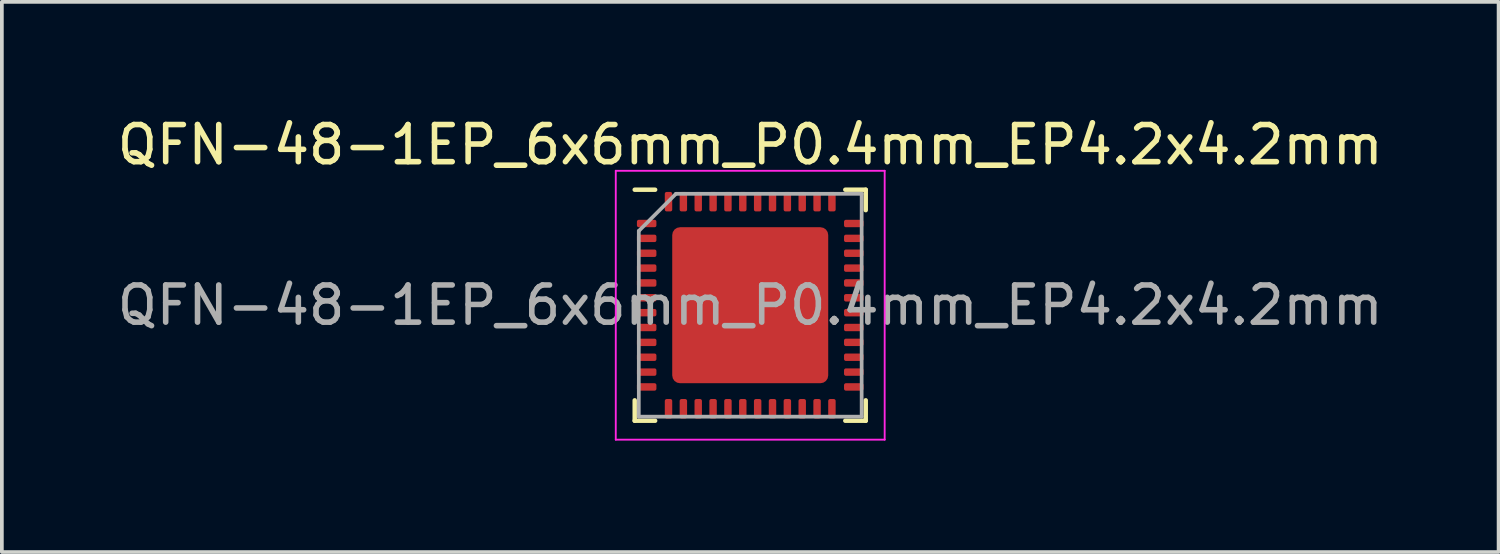
<source format=kicad_pcb>
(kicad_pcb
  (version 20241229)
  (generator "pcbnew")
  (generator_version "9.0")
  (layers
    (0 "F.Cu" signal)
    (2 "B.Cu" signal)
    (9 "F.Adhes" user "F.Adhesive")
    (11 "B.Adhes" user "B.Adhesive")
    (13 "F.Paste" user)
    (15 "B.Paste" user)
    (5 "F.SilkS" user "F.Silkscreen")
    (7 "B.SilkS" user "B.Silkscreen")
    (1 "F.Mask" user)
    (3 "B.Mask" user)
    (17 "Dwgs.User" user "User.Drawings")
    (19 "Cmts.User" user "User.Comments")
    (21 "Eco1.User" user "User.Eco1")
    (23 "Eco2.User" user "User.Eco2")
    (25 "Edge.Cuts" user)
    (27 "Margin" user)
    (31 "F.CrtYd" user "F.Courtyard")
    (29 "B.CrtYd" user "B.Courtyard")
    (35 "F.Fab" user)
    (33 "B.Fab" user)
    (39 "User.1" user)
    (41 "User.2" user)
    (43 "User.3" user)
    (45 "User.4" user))
  (footprint "QFN-48-1EP_6x6mm_P0.4mm_EP4.2x4.2mm"
    (layer "F.Cu")
    (at 17.149 5.168)
    (property "Reference" "QFN-48-1EP_6x6mm_P0.4mm_EP4.2x4.2mm" (at 0 -4.32 0) (layer "F.SilkS") (effects (font (size 1 1) (thickness 0.15))))
    (attr smd)
    (fp_line (start -3.11 3.11) (end -3.11 2.56) (stroke (width 0.12) (type solid)) (layer "F.SilkS"))
    (fp_line (start -2.56 -3.11) (end -3.11 -3.11) (stroke (width 0.12) (type solid)) (layer "F.SilkS"))
    (fp_line (start -2.56 3.11) (end -3.11 3.11) (stroke (width 0.12) (type solid)) (layer "F.SilkS"))
    (fp_line (start 2.56 -3.11) (end 3.11 -3.11) (stroke (width 0.12) (type solid)) (layer "F.SilkS"))
    (fp_line (start 2.56 3.11) (end 3.11 3.11) (stroke (width 0.12) (type solid)) (layer "F.SilkS"))
    (fp_line (start 3.11 -3.11) (end 3.11 -2.56) (stroke (width 0.12) (type solid)) (layer "F.SilkS"))
    (fp_line (start 3.11 3.11) (end 3.11 2.56) (stroke (width 0.12) (type solid)) (layer "F.SilkS"))
    (fp_line (start -3.62 -3.62) (end -3.62 3.62) (stroke (width 0.05) (type solid)) (layer "F.CrtYd"))
    (fp_line (start -3.62 3.62) (end 3.62 3.62) (stroke (width 0.05) (type solid)) (layer "F.CrtYd"))
    (fp_line (start 3.62 -3.62) (end -3.62 -3.62) (stroke (width 0.05) (type solid)) (layer "F.CrtYd"))
    (fp_line (start 3.62 3.62) (end 3.62 -3.62) (stroke (width 0.05) (type solid)) (layer "F.CrtYd"))
    (fp_line (start -3 -2) (end -2 -3) (stroke (width 0.1) (type solid)) (layer "F.Fab"))
    (fp_line (start -3 3) (end -3 -2) (stroke (width 0.1) (type solid)) (layer "F.Fab"))
    (fp_line (start -2 -3) (end 3 -3) (stroke (width 0.1) (type solid)) (layer "F.Fab"))
    (fp_line (start 3 -3) (end 3 3) (stroke (width 0.1) (type solid)) (layer "F.Fab"))
    (fp_line (start 3 3) (end -3 3) (stroke (width 0.1) (type solid)) (layer "F.Fab"))
    (fp_text user "${REFERENCE}" (at 0 0 0) (layer "F.Fab") (effects (font (size 1 1) (thickness 0.15))))
    (pad "" smd roundrect (at -1.4 -1.4) (size 1.13 1.13) (layers "F.Paste") (roundrect_rratio 0.221))
    (pad "" smd roundrect (at -1.4 0) (size 1.13 1.13) (layers "F.Paste") (roundrect_rratio 0.221))
    (pad "" smd roundrect (at -1.4 1.4) (size 1.13 1.13) (layers "F.Paste") (roundrect_rratio 0.221))
    (pad "" smd roundrect (at 0 -1.4) (size 1.13 1.13) (layers "F.Paste") (roundrect_rratio 0.221))
    (pad "" smd roundrect (at 0 0) (size 1.13 1.13) (layers "F.Paste") (roundrect_rratio 0.221))
    (pad "" smd roundrect (at 0 1.4) (size 1.13 1.13) (layers "F.Paste") (roundrect_rratio 0.221))
    (pad "" smd roundrect (at 1.4 -1.4) (size 1.13 1.13) (layers "F.Paste") (roundrect_rratio 0.221))
    (pad "" smd roundrect (at 1.4 0) (size 1.13 1.13) (layers "F.Paste") (roundrect_rratio 0.221))
    (pad "" smd roundrect (at 1.4 1.4) (size 1.13 1.13) (layers "F.Paste") (roundrect_rratio 0.221))
    (pad "1" smd roundrect (at -2.788 -2.2) (size 0.525 0.2) (layers "F.Cu" "F.Mask" "F.Paste") (roundrect_rratio 0.25))
    (pad "2" smd roundrect (at -2.788 -1.8) (size 0.525 0.2) (layers "F.Cu" "F.Mask" "F.Paste") (roundrect_rratio 0.25))
    (pad "3" smd roundrect (at -2.788 -1.4) (size 0.525 0.2) (layers "F.Cu" "F.Mask" "F.Paste") (roundrect_rratio 0.25))
    (pad "4" smd roundrect (at -2.788 -1) (size 0.525 0.2) (layers "F.Cu" "F.Mask" "F.Paste") (roundrect_rratio 0.25))
    (pad "5" smd roundrect (at -2.788 -0.6) (size 0.525 0.2) (layers "F.Cu" "F.Mask" "F.Paste") (roundrect_rratio 0.25))
    (pad "6" smd roundrect (at -2.788 -0.2) (size 0.525 0.2) (layers "F.Cu" "F.Mask" "F.Paste") (roundrect_rratio 0.25))
    (pad "7" smd roundrect (at -2.788 0.2) (size 0.525 0.2) (layers "F.Cu" "F.Mask" "F.Paste") (roundrect_rratio 0.25))
    (pad "8" smd roundrect (at -2.788 0.6) (size 0.525 0.2) (layers "F.Cu" "F.Mask" "F.Paste") (roundrect_rratio 0.25))
    (pad "9" smd roundrect (at -2.788 1) (size 0.525 0.2) (layers "F.Cu" "F.Mask" "F.Paste") (roundrect_rratio 0.25))
    (pad "10" smd roundrect (at -2.788 1.4) (size 0.525 0.2) (layers "F.Cu" "F.Mask" "F.Paste") (roundrect_rratio 0.25))
    (pad "11" smd roundrect (at -2.788 1.8) (size 0.525 0.2) (layers "F.Cu" "F.Mask" "F.Paste") (roundrect_rratio 0.25))
    (pad "12" smd roundrect (at -2.788 2.2) (size 0.525 0.2) (layers "F.Cu" "F.Mask" "F.Paste") (roundrect_rratio 0.25))
    (pad "13" smd roundrect (at -2.2 2.788) (size 0.2 0.525) (layers "F.Cu" "F.Mask" "F.Paste") (roundrect_rratio 0.25))
    (pad "14" smd roundrect (at -1.8 2.788) (size 0.2 0.525) (layers "F.Cu" "F.Mask" "F.Paste") (roundrect_rratio 0.25))
    (pad "15" smd roundrect (at -1.4 2.788) (size 0.2 0.525) (layers "F.Cu" "F.Mask" "F.Paste") (roundrect_rratio 0.25))
    (pad "16" smd roundrect (at -1 2.788) (size 0.2 0.525) (layers "F.Cu" "F.Mask" "F.Paste") (roundrect_rratio 0.25))
    (pad "17" smd roundrect (at -0.6 2.788) (size 0.2 0.525) (layers "F.Cu" "F.Mask" "F.Paste") (roundrect_rratio 0.25))
    (pad "18" smd roundrect (at -0.2 2.788) (size 0.2 0.525) (layers "F.Cu" "F.Mask" "F.Paste") (roundrect_rratio 0.25))
    (pad "19" smd roundrect (at 0.2 2.788) (size 0.2 0.525) (layers "F.Cu" "F.Mask" "F.Paste") (roundrect_rratio 0.25))
    (pad "20" smd roundrect (at 0.6 2.788) (size 0.2 0.525) (layers "F.Cu" "F.Mask" "F.Paste") (roundrect_rratio 0.25))
    (pad "21" smd roundrect (at 1 2.788) (size 0.2 0.525) (layers "F.Cu" "F.Mask" "F.Paste") (roundrect_rratio 0.25))
    (pad "22" smd roundrect (at 1.4 2.788) (size 0.2 0.525) (layers "F.Cu" "F.Mask" "F.Paste") (roundrect_rratio 0.25))
    (pad "23" smd roundrect (at 1.8 2.788) (size 0.2 0.525) (layers "F.Cu" "F.Mask" "F.Paste") (roundrect_rratio 0.25))
    (pad "24" smd roundrect (at 2.2 2.788) (size 0.2 0.525) (layers "F.Cu" "F.Mask" "F.Paste") (roundrect_rratio 0.25))
    (pad "25" smd roundrect (at 2.788 2.2) (size 0.525 0.2) (layers "F.Cu" "F.Mask" "F.Paste") (roundrect_rratio 0.25))
    (pad "26" smd roundrect (at 2.788 1.8) (size 0.525 0.2) (layers "F.Cu" "F.Mask" "F.Paste") (roundrect_rratio 0.25))
    (pad "27" smd roundrect (at 2.788 1.4) (size 0.525 0.2) (layers "F.Cu" "F.Mask" "F.Paste") (roundrect_rratio 0.25))
    (pad "28" smd roundrect (at 2.788 1) (size 0.525 0.2) (layers "F.Cu" "F.Mask" "F.Paste") (roundrect_rratio 0.25))
    (pad "29" smd roundrect (at 2.788 0.6) (size 0.525 0.2) (layers "F.Cu" "F.Mask" "F.Paste") (roundrect_rratio 0.25))
    (pad "30" smd roundrect (at 2.788 0.2) (size 0.525 0.2) (layers "F.Cu" "F.Mask" "F.Paste") (roundrect_rratio 0.25))
    (pad "31" smd roundrect (at 2.788 -0.2) (size 0.525 0.2) (layers "F.Cu" "F.Mask" "F.Paste") (roundrect_rratio 0.25))
    (pad "32" smd roundrect (at 2.788 -0.6) (size 0.525 0.2) (layers "F.Cu" "F.Mask" "F.Paste") (roundrect_rratio 0.25))
    (pad "33" smd roundrect (at 2.788 -1) (size 0.525 0.2) (layers "F.Cu" "F.Mask" "F.Paste") (roundrect_rratio 0.25))
    (pad "34" smd roundrect (at 2.788 -1.4) (size 0.525 0.2) (layers "F.Cu" "F.Mask" "F.Paste") (roundrect_rratio 0.25))
    (pad "35" smd roundrect (at 2.788 -1.8) (size 0.525 0.2) (layers "F.Cu" "F.Mask" "F.Paste") (roundrect_rratio 0.25))
    (pad "36" smd roundrect (at 2.788 -2.2) (size 0.525 0.2) (layers "F.Cu" "F.Mask" "F.Paste") (roundrect_rratio 0.25))
    (pad "37" smd roundrect (at 2.2 -2.788) (size 0.2 0.525) (layers "F.Cu" "F.Mask" "F.Paste") (roundrect_rratio 0.25))
    (pad "38" smd roundrect (at 1.8 -2.788) (size 0.2 0.525) (layers "F.Cu" "F.Mask" "F.Paste") (roundrect_rratio 0.25))
    (pad "39" smd roundrect (at 1.4 -2.788) (size 0.2 0.525) (layers "F.Cu" "F.Mask" "F.Paste") (roundrect_rratio 0.25))
    (pad "40" smd roundrect (at 1 -2.788) (size 0.2 0.525) (layers "F.Cu" "F.Mask" "F.Paste") (roundrect_rratio 0.25))
    (pad "41" smd roundrect (at 0.6 -2.788) (size 0.2 0.525) (layers "F.Cu" "F.Mask" "F.Paste") (roundrect_rratio 0.25))
    (pad "42" smd roundrect (at 0.2 -2.788) (size 0.2 0.525) (layers "F.Cu" "F.Mask" "F.Paste") (roundrect_rratio 0.25))
    (pad "43" smd roundrect (at -0.2 -2.788) (size 0.2 0.525) (layers "F.Cu" "F.Mask" "F.Paste") (roundrect_rratio 0.25))
    (pad "44" smd roundrect (at -0.6 -2.788) (size 0.2 0.525) (layers "F.Cu" "F.Mask" "F.Paste") (roundrect_rratio 0.25))
    (pad "45" smd roundrect (at -1 -2.788) (size 0.2 0.525) (layers "F.Cu" "F.Mask" "F.Paste") (roundrect_rratio 0.25))
    (pad "46" smd roundrect (at -1.4 -2.788) (size 0.2 0.525) (layers "F.Cu" "F.Mask" "F.Paste") (roundrect_rratio 0.25))
    (pad "47" smd roundrect (at -1.8 -2.788) (size 0.2 0.525) (layers "F.Cu" "F.Mask" "F.Paste") (roundrect_rratio 0.25))
    (pad "48" smd roundrect (at -2.2 -2.788) (size 0.2 0.525) (layers "F.Cu" "F.Mask" "F.Paste") (roundrect_rratio 0.25))
    (pad "49" smd roundrect (at 0 0) (size 4.2 4.2) (layers "F.Cu" "F.Mask") (roundrect_rratio 0.05)))
  (gr_rect
    (start -3 -3)
    (end 37.298 11.813)
    (stroke (width 0.1) (type default))
    (fill no)
    (layer "Edge.Cuts")))
</source>
